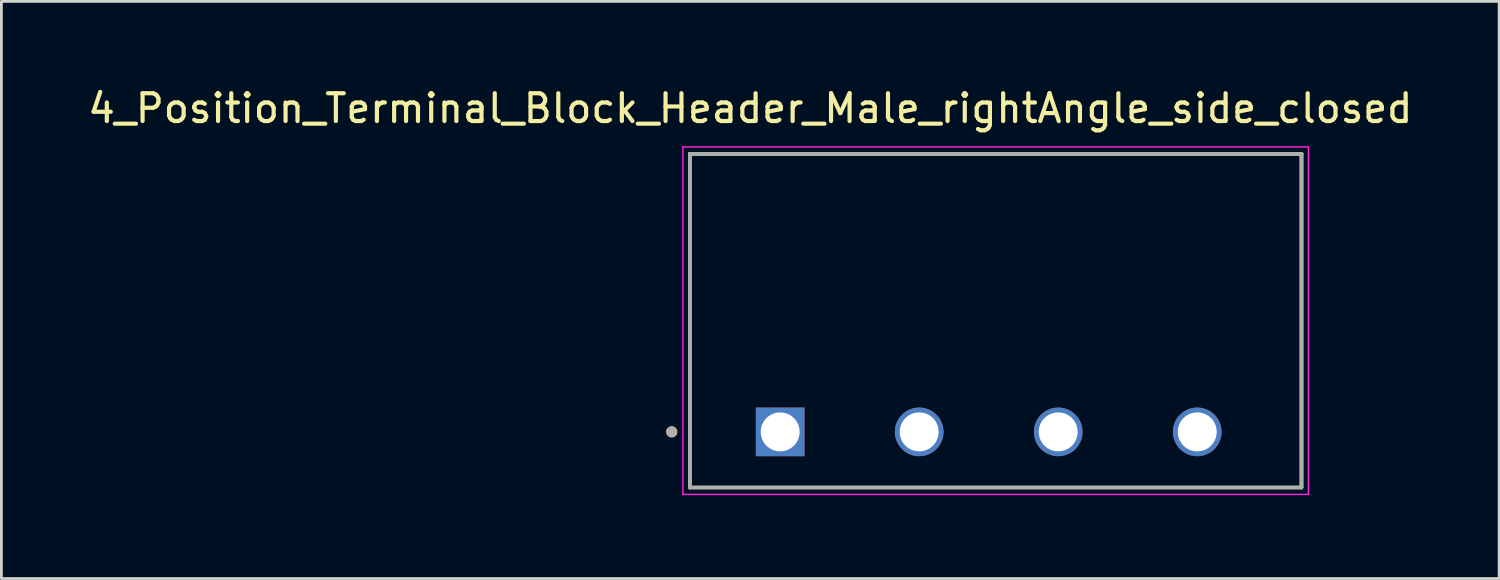
<source format=kicad_pcb>
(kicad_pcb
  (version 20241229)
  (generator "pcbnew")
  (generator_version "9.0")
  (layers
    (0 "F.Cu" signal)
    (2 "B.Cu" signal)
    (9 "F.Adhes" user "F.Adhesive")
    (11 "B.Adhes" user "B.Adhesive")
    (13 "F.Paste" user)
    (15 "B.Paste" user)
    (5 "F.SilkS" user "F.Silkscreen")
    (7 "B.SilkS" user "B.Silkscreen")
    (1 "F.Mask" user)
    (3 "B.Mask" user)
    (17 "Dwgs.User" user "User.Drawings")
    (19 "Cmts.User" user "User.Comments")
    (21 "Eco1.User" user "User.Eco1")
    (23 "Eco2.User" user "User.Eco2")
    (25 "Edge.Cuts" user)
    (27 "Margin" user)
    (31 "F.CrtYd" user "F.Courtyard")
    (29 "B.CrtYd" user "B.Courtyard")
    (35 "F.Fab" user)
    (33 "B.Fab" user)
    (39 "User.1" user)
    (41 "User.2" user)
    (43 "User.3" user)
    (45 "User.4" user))
  (footprint "4_Position_Terminal_Block_Header_Male_rightAngle_side_closed"
    (layer "F.Cu")
    (at 25.01 12.483)
    (property "Reference" "4_Position_Terminal_Block_Header_Male_rightAngle_side_closed" (at -1.075 -11.635 0) (layer "F.SilkS") (effects (font (size 1 1) (thickness 0.15))))
    (attr through_hole)
    (fp_line (start -3.25 2) (end -3.25 -10) (stroke (width 0.127) (type solid)) (layer "F.SilkS"))
    (fp_line (start 18.75 -10) (end -3.25 -10) (stroke (width 0.127) (type solid)) (layer "F.SilkS"))
    (fp_line (start 18.75 -10) (end 18.75 2) (stroke (width 0.127) (type solid)) (layer "F.SilkS"))
    (fp_line (start 18.75 2) (end -3.25 2) (stroke (width 0.127) (type solid)) (layer "F.SilkS"))
    (fp_circle (center -3.9 0) (end -3.8 0) (stroke (width 0.2) (type solid)) (fill no) (layer "F.SilkS"))
    (fp_line (start -3.5 -10.25) (end 19 -10.25) (stroke (width 0.05) (type solid)) (layer "F.CrtYd"))
    (fp_line (start -3.5 2.25) (end -3.5 -10.25) (stroke (width 0.05) (type solid)) (layer "F.CrtYd"))
    (fp_line (start 19 -10.25) (end 19 2.25) (stroke (width 0.05) (type solid)) (layer "F.CrtYd"))
    (fp_line (start 19 2.25) (end -3.5 2.25) (stroke (width 0.05) (type solid)) (layer "F.CrtYd"))
    (fp_line (start -3.25 -10) (end 18.75 -10) (stroke (width 0.127) (type solid)) (layer "F.Fab"))
    (fp_line (start -3.25 -10) (end 18.75 -10) (stroke (width 0.127) (type solid)) (layer "F.Fab"))
    (fp_line (start -3.25 2) (end -3.25 -10) (stroke (width 0.127) (type solid)) (layer "F.Fab"))
    (fp_line (start -3.25 2) (end -3.25 -10) (stroke (width 0.127) (type solid)) (layer "F.Fab"))
    (fp_line (start 18.75 -10) (end 18.75 2) (stroke (width 0.127) (type solid)) (layer "F.Fab"))
    (fp_line (start 18.75 -10) (end 18.75 2) (stroke (width 0.127) (type solid)) (layer "F.Fab"))
    (fp_line (start 18.75 2) (end -3.25 2) (stroke (width 0.127) (type solid)) (layer "F.Fab"))
    (fp_circle (center -3.9 0) (end -3.8 0) (stroke (width 0.2) (type solid)) (fill no) (layer "F.Fab"))
    (pad "1" thru_hole rect (at 0 0) (size 1.75 1.75) (drill 1.4) (layers "*.Cu" "*.Mask"))
    (pad "2" thru_hole circle (at 5 0) (size 1.75 1.75) (drill 1.4) (layers "*.Cu" "*.Mask"))
    (pad "3" thru_hole circle (at 10 0) (size 1.75 1.75) (drill 1.4) (layers "*.Cu" "*.Mask"))
    (pad "4" thru_hole circle (at 15 0) (size 1.75 1.75) (drill 1.4) (layers "*.Cu" "*.Mask")))
  (gr_rect
    (start -3 -3)
    (end 50.869 17.758)
    (stroke (width 0.1) (type default))
    (fill no)
    (layer "Edge.Cuts")))
</source>
